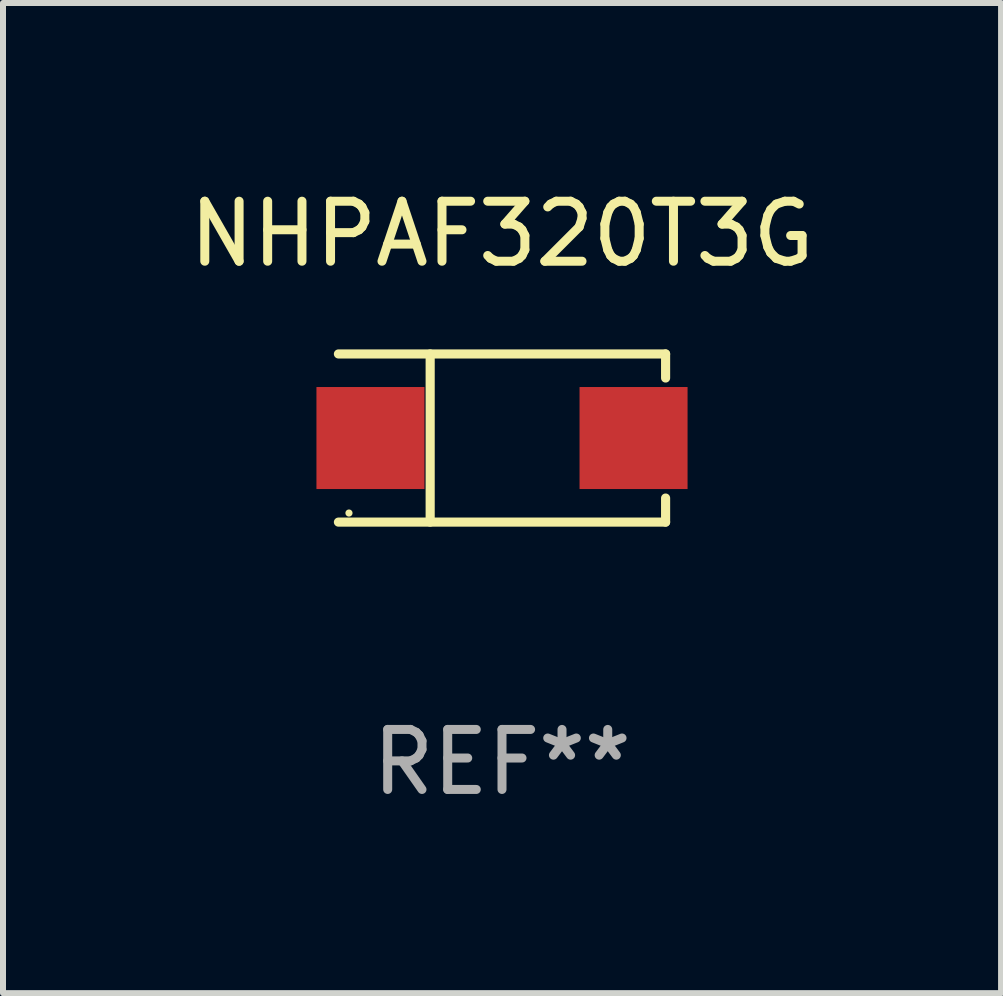
<source format=kicad_pcb>
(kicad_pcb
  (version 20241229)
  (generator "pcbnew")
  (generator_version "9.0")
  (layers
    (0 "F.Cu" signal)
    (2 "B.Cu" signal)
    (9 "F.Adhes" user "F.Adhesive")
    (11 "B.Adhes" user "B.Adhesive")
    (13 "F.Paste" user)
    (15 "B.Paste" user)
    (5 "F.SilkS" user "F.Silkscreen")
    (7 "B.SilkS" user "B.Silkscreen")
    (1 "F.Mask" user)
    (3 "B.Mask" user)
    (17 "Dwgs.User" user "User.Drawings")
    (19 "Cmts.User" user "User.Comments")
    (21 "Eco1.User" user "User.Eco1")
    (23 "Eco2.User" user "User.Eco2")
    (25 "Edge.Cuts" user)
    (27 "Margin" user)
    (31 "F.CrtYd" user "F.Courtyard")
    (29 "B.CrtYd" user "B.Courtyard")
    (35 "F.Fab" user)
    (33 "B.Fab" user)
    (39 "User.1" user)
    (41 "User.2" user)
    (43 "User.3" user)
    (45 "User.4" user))
  (footprint "NHPAF320T3G"
    (layer "F.Cu")
    (at 5.315 4.249)
    (property "Reference" "NHPAF320T3G" (at 0 -3.401 0) (layer "F.SilkS") (effects (font (size 1 1) (thickness 0.15))))
    (attr through_hole)
    (fp_line (start -2.726 -1.401) (end 2.726 -1.401) (stroke (width 0.152) (type solid)) (layer "F.SilkS"))
    (fp_line (start -2.726 1.401) (end 2.726 1.401) (stroke (width 0.152) (type solid)) (layer "F.SilkS"))
    (fp_line (start -1.197 -1.401) (end -1.197 1.401) (stroke (width 0.152) (type solid)) (layer "F.SilkS"))
    (fp_line (start 2.726 -1.401) (end 2.726 -1) (stroke (width 0.152) (type solid)) (layer "F.SilkS"))
    (fp_line (start 2.726 1.401) (end 2.726 1) (stroke (width 0.152) (type solid)) (layer "F.SilkS"))
    (fp_circle (center -2.55 1.25) (end -2.52 1.25) (stroke (width 0.06) (type solid)) (fill no) (layer "F.SilkS"))
    (fp_text user "REF**" (at 0 5.401 0) (layer "F.Fab") (effects (font (size 1 1) (thickness 0.15))))
    (pad "1" smd rect (at -2.192 0) (size 1.8 1.7) (layers "F.Cu" "F.Mask" "F.Paste"))
    (pad "2" smd rect (at 2.192 0) (size 1.8 1.7) (layers "F.Cu" "F.Mask" "F.Paste")))
  (gr_rect
    (start -3 -3)
    (end 13.631 13.499)
    (stroke (width 0.1) (type default))
    (fill no)
    (layer "Edge.Cuts")))
</source>
